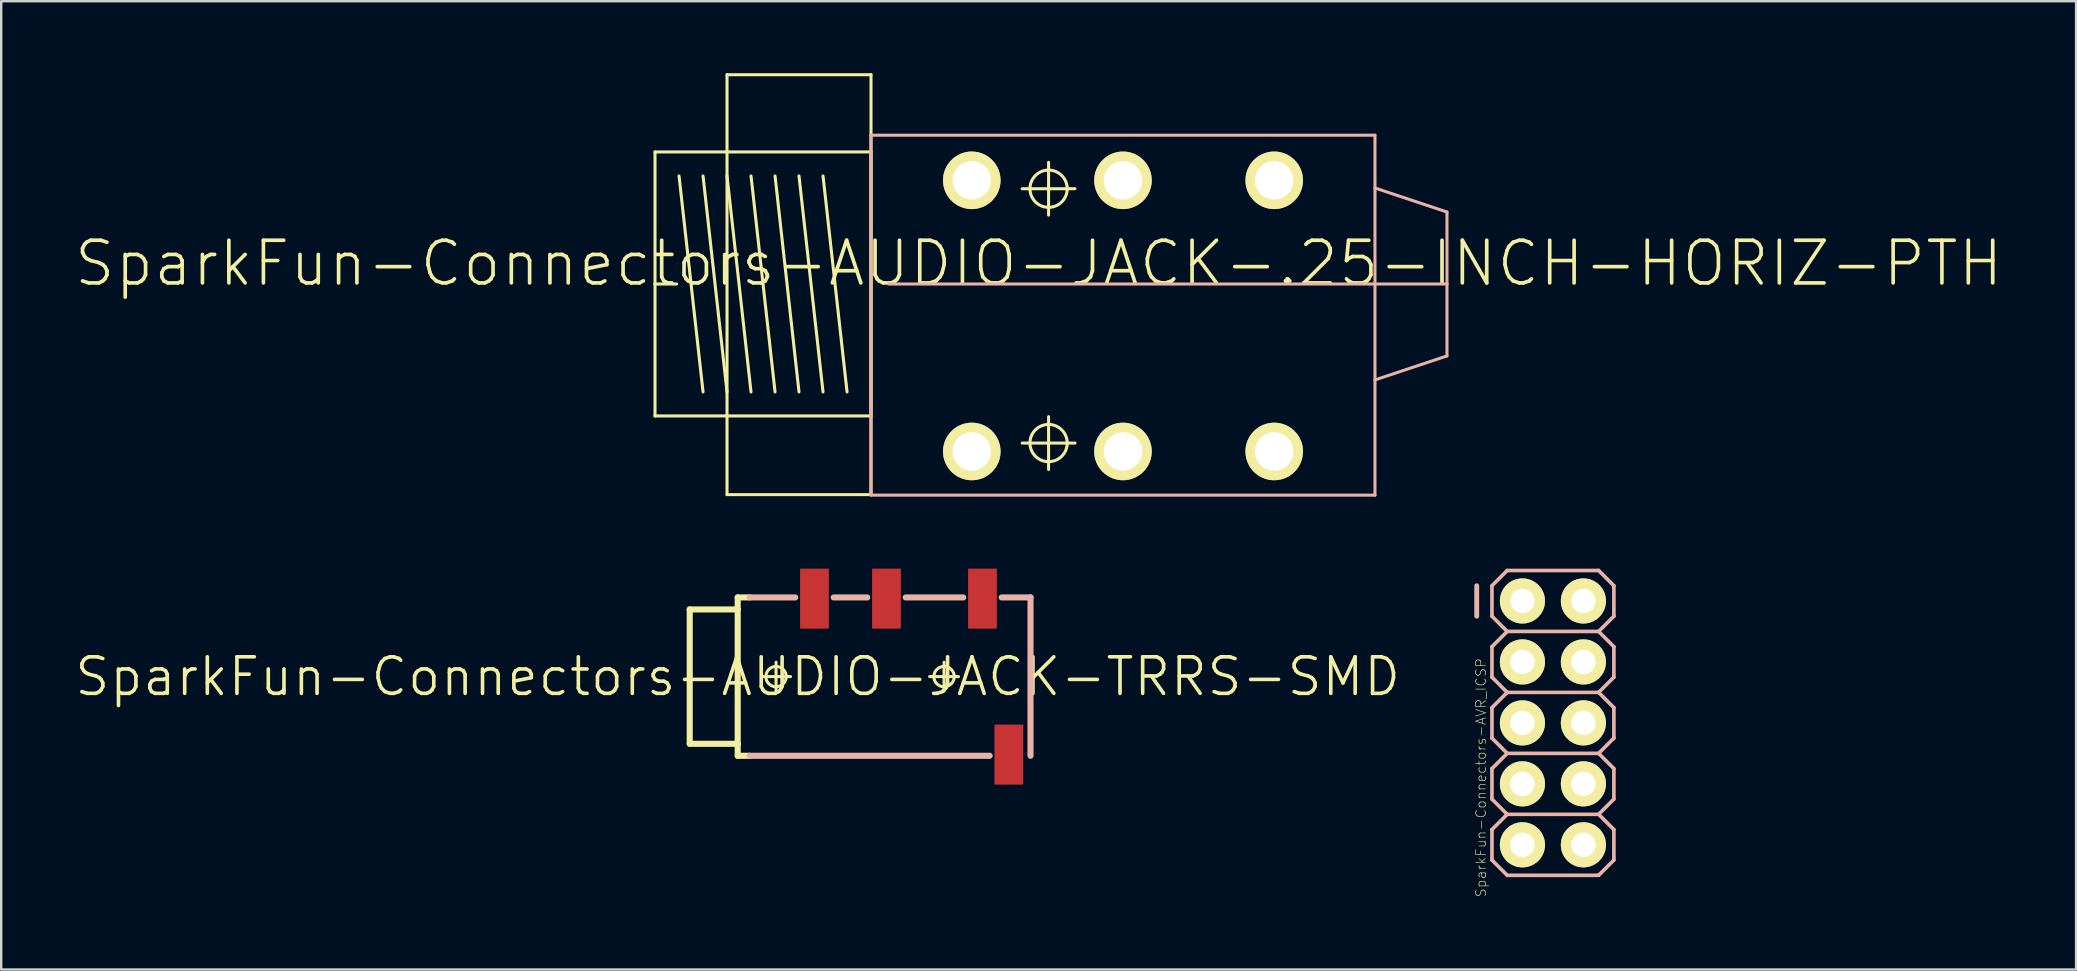
<source format=kicad_pcb>
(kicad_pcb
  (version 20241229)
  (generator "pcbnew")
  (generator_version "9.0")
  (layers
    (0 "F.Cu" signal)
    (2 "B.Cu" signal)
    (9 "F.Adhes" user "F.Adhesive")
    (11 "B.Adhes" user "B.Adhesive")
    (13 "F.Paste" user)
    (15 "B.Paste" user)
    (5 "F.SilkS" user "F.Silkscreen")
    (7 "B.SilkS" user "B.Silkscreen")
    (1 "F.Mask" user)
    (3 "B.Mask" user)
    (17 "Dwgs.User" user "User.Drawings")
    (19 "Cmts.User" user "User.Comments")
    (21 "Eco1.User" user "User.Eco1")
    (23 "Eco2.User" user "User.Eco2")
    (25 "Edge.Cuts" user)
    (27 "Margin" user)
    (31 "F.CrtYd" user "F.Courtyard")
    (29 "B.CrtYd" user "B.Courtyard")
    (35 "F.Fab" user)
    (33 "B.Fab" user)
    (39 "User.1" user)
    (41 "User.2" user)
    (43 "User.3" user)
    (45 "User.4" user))
  (footprint "SparkFun-Connectors-AUDIO-JACK-TRRS-SMD"
    (layer "F.Cu")
    (at 27.686 25.141)
    (property "Reference" "SparkFun-Connectors-AUDIO-JACK-TRRS-SMD" (at 0 0 0) (layer "F.SilkS") (effects (font (size 1.524 1.524) (thickness 0.15))))
    (attr smd)
    (fp_line (start -1.999 -2.799) (end -1.999 2.799) (stroke (width 0.254) (type solid)) (layer "F.SilkS"))
    (fp_line (start -1.999 2.799) (end 0 2.799) (stroke (width 0.254) (type solid)) (layer "F.SilkS"))
    (fp_line (start 0 -3.299) (end 0 -2.799) (stroke (width 0.254) (type solid)) (layer "F.SilkS"))
    (fp_line (start 0 -2.799) (end -1.999 -2.799) (stroke (width 0.254) (type solid)) (layer "F.SilkS"))
    (fp_line (start 0 -2.799) (end 0 2.799) (stroke (width 0.254) (type solid)) (layer "F.SilkS"))
    (fp_line (start 0 2.799) (end 0 3.299) (stroke (width 0.254) (type solid)) (layer "F.SilkS"))
    (fp_line (start 0 3.299) (end 0.498 3.299) (stroke (width 0.254) (type solid)) (layer "F.SilkS"))
    (fp_line (start 0.498 -3.299) (end 0 -3.299) (stroke (width 0.254) (type solid)) (layer "F.SilkS"))
    (fp_line (start 0.998 0) (end 2.2 0) (stroke (width 0.127) (type solid)) (layer "F.SilkS"))
    (fp_line (start 1.598 0.599) (end 1.598 -0.599) (stroke (width 0.127) (type solid)) (layer "F.SilkS"))
    (fp_line (start 7.998 0) (end 9.2 0) (stroke (width 0.127) (type solid)) (layer "F.SilkS"))
    (fp_line (start 8.598 0.599) (end 8.598 -0.599) (stroke (width 0.127) (type solid)) (layer "F.SilkS"))
    (fp_circle (center 1.598 0) (end 1.897 0.3) (stroke (width 0.127) (type solid)) (fill no) (layer "F.SilkS"))
    (fp_circle (center 8.598 0) (end 8.898 0.3) (stroke (width 0.127) (type solid)) (fill no) (layer "F.SilkS"))
    (fp_line (start 0.498 -3.299) (end 2.398 -3.299) (stroke (width 0.254) (type solid)) (layer "B.SilkS"))
    (fp_line (start 0.498 3.299) (end 10.498 3.299) (stroke (width 0.254) (type solid)) (layer "B.SilkS"))
    (fp_line (start 3.998 -3.299) (end 5.397 -3.299) (stroke (width 0.254) (type solid)) (layer "B.SilkS"))
    (fp_line (start 6.998 -3.299) (end 9.398 -3.299) (stroke (width 0.254) (type solid)) (layer "B.SilkS"))
    (fp_line (start 12.2 -3.299) (end 10.998 -3.299) (stroke (width 0.254) (type solid)) (layer "B.SilkS"))
    (fp_line (start 12.2 -3.299) (end 12.2 3.299) (stroke (width 0.254) (type solid)) (layer "B.SilkS"))
    (pad "EART" smd rect (at 11.298 3.249) (size 1.199 2.499) (layers "F.Cu" "F.Mask" "F.Paste"))
    (pad "RING" smd rect (at 3.198 -3.249 180) (size 1.199 2.499) (layers "F.Cu" "F.Mask" "F.Paste"))
    (pad "RING" smd rect (at 6.198 -3.249) (size 1.199 2.499) (layers "F.Cu" "F.Mask" "F.Paste"))
    (pad "TIP" smd rect (at 10.198 -3.249) (size 1.199 2.499) (layers "F.Cu" "F.Mask" "F.Paste")))
  (footprint "SparkFun-Connectors-AUDIO-JACK-.25-INCH-HORIZ-PTH"
    (layer "F.Cu")
    (at 33.24 8.811)
    (property "Reference" "SparkFun-Connectors-AUDIO-JACK-.25-INCH-HORIZ-PTH" (at 6.985 -0.889 0) (layer "F.SilkS") (effects (font (size 1.778 1.778) (thickness 0.152))))
    (attr exclude_from_pos_files exclude_from_bom)
    (fp_line (start -8.999 -5.53) (end 0 -5.53) (stroke (width 0.127) (type solid)) (layer "F.SilkS"))
    (fp_line (start -8.999 -0.028) (end -8.999 -5.53) (stroke (width 0.127) (type solid)) (layer "F.SilkS"))
    (fp_line (start -8.999 -0.028) (end -8.098 -0.028) (stroke (width 0.127) (type solid)) (layer "F.SilkS"))
    (fp_line (start -8.999 5.469) (end -8.999 -0.028) (stroke (width 0.127) (type solid)) (layer "F.SilkS"))
    (fp_line (start -7.998 -4.529) (end -6.998 4.468) (stroke (width 0.127) (type solid)) (layer "F.SilkS"))
    (fp_line (start -6.998 -4.529) (end -5.999 4.468) (stroke (width 0.127) (type solid)) (layer "F.SilkS"))
    (fp_line (start -5.999 -8.748) (end -5.999 8.748) (stroke (width 0.127) (type solid)) (layer "F.SilkS"))
    (fp_line (start -5.999 -8.748) (end 0 -8.748) (stroke (width 0.127) (type solid)) (layer "F.SilkS"))
    (fp_line (start -5.999 -4.529) (end -4.999 4.468) (stroke (width 0.127) (type solid)) (layer "F.SilkS"))
    (fp_line (start -5.999 8.748) (end 0 8.748) (stroke (width 0.127) (type solid)) (layer "F.SilkS"))
    (fp_line (start -4.999 -4.529) (end -3.998 4.468) (stroke (width 0.127) (type solid)) (layer "F.SilkS"))
    (fp_line (start -3.998 -4.529) (end -3 4.468) (stroke (width 0.127) (type solid)) (layer "F.SilkS"))
    (fp_line (start -3 -4.529) (end -1.999 4.468) (stroke (width 0.127) (type solid)) (layer "F.SilkS"))
    (fp_line (start -1.999 -4.529) (end -0.998 4.468) (stroke (width 0.127) (type solid)) (layer "F.SilkS"))
    (fp_line (start 0 -8.748) (end 0 8.748) (stroke (width 0.127) (type solid)) (layer "F.SilkS"))
    (fp_line (start 0 -5.53) (end 0 5.469) (stroke (width 0.127) (type solid)) (layer "F.SilkS"))
    (fp_line (start 0 5.469) (end -8.999 5.469) (stroke (width 0.127) (type solid)) (layer "F.SilkS"))
    (fp_line (start 6.299 -3.998) (end 8.499 -3.998) (stroke (width 0.127) (type solid)) (layer "F.SilkS"))
    (fp_line (start 6.299 6.599) (end 8.499 6.599) (stroke (width 0.127) (type solid)) (layer "F.SilkS"))
    (fp_line (start 7.399 -2.898) (end 7.399 -5.098) (stroke (width 0.127) (type solid)) (layer "F.SilkS"))
    (fp_line (start 7.399 7.699) (end 7.399 5.499) (stroke (width 0.127) (type solid)) (layer "F.SilkS"))
    (fp_circle (center 7.399 -3.998) (end 7.948 -4.547) (stroke (width 0.127) (type solid)) (fill no) (layer "F.SilkS"))
    (fp_circle (center 7.399 6.599) (end 7.948 7.148) (stroke (width 0.127) (type solid)) (fill no) (layer "F.SilkS"))
    (fp_line (start 0 -6.228) (end 0 8.768) (stroke (width 0.127) (type solid)) (layer "B.SilkS"))
    (fp_line (start 0 8.768) (end 20.998 8.768) (stroke (width 0.127) (type solid)) (layer "B.SilkS"))
    (fp_line (start 0.729 -0.028) (end 23.998 -0.028) (stroke (width 0.127) (type solid)) (layer "B.SilkS"))
    (fp_line (start 20.998 -6.228) (end 0 -6.228) (stroke (width 0.127) (type solid)) (layer "B.SilkS"))
    (fp_line (start 20.998 -4.028) (end 20.998 -6.228) (stroke (width 0.127) (type solid)) (layer "B.SilkS"))
    (fp_line (start 20.998 3.967) (end 20.998 -4.028) (stroke (width 0.127) (type solid)) (layer "B.SilkS"))
    (fp_line (start 20.998 8.768) (end 20.998 3.967) (stroke (width 0.127) (type solid)) (layer "B.SilkS"))
    (fp_line (start 23.998 -3.028) (end 20.998 -4.028) (stroke (width 0.127) (type solid)) (layer "B.SilkS"))
    (fp_line (start 23.998 -0.028) (end 23.998 -3.028) (stroke (width 0.127) (type solid)) (layer "B.SilkS"))
    (fp_line (start 23.998 -0.028) (end 23.998 2.969) (stroke (width 0.127) (type solid)) (layer "B.SilkS"))
    (fp_line (start 23.998 2.969) (end 20.998 3.967) (stroke (width 0.127) (type solid)) (layer "B.SilkS"))
    (pad "RING" thru_hole circle (at 10.498 -4.348) (size 2.398 2.398) (drill 1.598) (layers "*.Cu" "F.Mask" "F.SilkS" "F.Paste"))
    (pad "RING" thru_hole circle (at 10.498 6.949) (size 2.398 2.398) (drill 1.598) (layers "*.Cu" "F.Mask" "F.SilkS" "F.Paste"))
    (pad "SLEE" thru_hole circle (at 4.199 -4.348) (size 2.398 2.398) (drill 1.598) (layers "*.Cu" "F.Mask" "F.SilkS" "F.Paste"))
    (pad "SLEE" thru_hole circle (at 4.199 6.949) (size 2.398 2.398) (drill 1.598) (layers "*.Cu" "F.Mask" "F.SilkS" "F.Paste"))
    (pad "TIP" thru_hole circle (at 16.8 6.949) (size 2.398 2.398) (drill 1.598) (layers "*.Cu" "F.Mask" "F.SilkS" "F.Paste"))
    (pad "TIP-" thru_hole circle (at 16.8 -4.348) (size 2.398 2.398) (drill 1.598) (layers "*.Cu" "F.Mask" "F.SilkS" "F.Paste")))
  (footprint "SparkFun-Connectors-AVR_ICSP"
    (layer "F.Cu")
    (at 61.652 27.069)
    (property "Reference" "SparkFun-Connectors-AVR_ICSP" (at -2.997 2.286 90) (layer "F.SilkS") (effects (font (size 0.406 0.406) (thickness 0.025))))
    (attr exclude_from_pos_files exclude_from_bom)
    (fp_line (start -1.524 -5.334) (end -1.016 -5.334) (stroke (width 0.066) (type solid)) (layer "F.SilkS"))
    (fp_line (start -1.524 -4.826) (end -1.524 -5.334) (stroke (width 0.066) (type solid)) (layer "F.SilkS"))
    (fp_line (start -1.524 -4.826) (end -1.016 -4.826) (stroke (width 0.066) (type solid)) (layer "F.SilkS"))
    (fp_line (start -1.524 -2.794) (end -1.016 -2.794) (stroke (width 0.066) (type solid)) (layer "F.SilkS"))
    (fp_line (start -1.524 -2.286) (end -1.524 -2.794) (stroke (width 0.066) (type solid)) (layer "F.SilkS"))
    (fp_line (start -1.524 -2.286) (end -1.016 -2.286) (stroke (width 0.066) (type solid)) (layer "F.SilkS"))
    (fp_line (start -1.524 2.286) (end -1.016 2.286) (stroke (width 0.066) (type solid)) (layer "F.SilkS"))
    (fp_line (start -1.524 2.794) (end -1.524 2.286) (stroke (width 0.066) (type solid)) (layer "F.SilkS"))
    (fp_line (start -1.524 2.794) (end -1.016 2.794) (stroke (width 0.066) (type solid)) (layer "F.SilkS"))
    (fp_line (start -1.524 4.826) (end -1.016 4.826) (stroke (width 0.066) (type solid)) (layer "F.SilkS"))
    (fp_line (start -1.524 5.334) (end -1.524 4.826) (stroke (width 0.066) (type solid)) (layer "F.SilkS"))
    (fp_line (start -1.524 5.334) (end -1.016 5.334) (stroke (width 0.066) (type solid)) (layer "F.SilkS"))
    (fp_line (start -1.016 -4.826) (end -1.016 -5.334) (stroke (width 0.066) (type solid)) (layer "F.SilkS"))
    (fp_line (start -1.016 -2.286) (end -1.016 -2.794) (stroke (width 0.066) (type solid)) (layer "F.SilkS"))
    (fp_line (start -1.016 2.794) (end -1.016 2.286) (stroke (width 0.066) (type solid)) (layer "F.SilkS"))
    (fp_line (start -1.016 5.334) (end -1.016 4.826) (stroke (width 0.066) (type solid)) (layer "F.SilkS"))
    (fp_line (start 1.016 -5.334) (end 1.524 -5.334) (stroke (width 0.066) (type solid)) (layer "F.SilkS"))
    (fp_line (start 1.016 -4.826) (end 1.016 -5.334) (stroke (width 0.066) (type solid)) (layer "F.SilkS"))
    (fp_line (start 1.016 -4.826) (end 1.524 -4.826) (stroke (width 0.066) (type solid)) (layer "F.SilkS"))
    (fp_line (start 1.016 -2.794) (end 1.524 -2.794) (stroke (width 0.066) (type solid)) (layer "F.SilkS"))
    (fp_line (start 1.016 -2.286) (end 1.016 -2.794) (stroke (width 0.066) (type solid)) (layer "F.SilkS"))
    (fp_line (start 1.016 -2.286) (end 1.524 -2.286) (stroke (width 0.066) (type solid)) (layer "F.SilkS"))
    (fp_line (start 1.016 -0.254) (end 1.524 -0.254) (stroke (width 0.066) (type solid)) (layer "F.SilkS"))
    (fp_line (start 1.016 0.254) (end 1.016 -0.254) (stroke (width 0.066) (type solid)) (layer "F.SilkS"))
    (fp_line (start 1.016 0.254) (end 1.524 0.254) (stroke (width 0.066) (type solid)) (layer "F.SilkS"))
    (fp_line (start 1.016 2.286) (end 1.524 2.286) (stroke (width 0.066) (type solid)) (layer "F.SilkS"))
    (fp_line (start 1.016 2.794) (end 1.016 2.286) (stroke (width 0.066) (type solid)) (layer "F.SilkS"))
    (fp_line (start 1.016 2.794) (end 1.524 2.794) (stroke (width 0.066) (type solid)) (layer "F.SilkS"))
    (fp_line (start 1.016 4.826) (end 1.524 4.826) (stroke (width 0.066) (type solid)) (layer "F.SilkS"))
    (fp_line (start 1.016 5.334) (end 1.016 4.826) (stroke (width 0.066) (type solid)) (layer "F.SilkS"))
    (fp_line (start 1.016 5.334) (end 1.524 5.334) (stroke (width 0.066) (type solid)) (layer "F.SilkS"))
    (fp_line (start 1.524 -4.826) (end 1.524 -5.334) (stroke (width 0.066) (type solid)) (layer "F.SilkS"))
    (fp_line (start 1.524 -2.286) (end 1.524 -2.794) (stroke (width 0.066) (type solid)) (layer "F.SilkS"))
    (fp_line (start 1.524 0.254) (end 1.524 -0.254) (stroke (width 0.066) (type solid)) (layer "F.SilkS"))
    (fp_line (start 1.524 2.794) (end 1.524 2.286) (stroke (width 0.066) (type solid)) (layer "F.SilkS"))
    (fp_line (start 1.524 5.334) (end 1.524 4.826) (stroke (width 0.066) (type solid)) (layer "F.SilkS"))
    (fp_line (start -3.175 -5.715) (end -3.175 -4.445) (stroke (width 0.203) (type solid)) (layer "B.SilkS"))
    (fp_line (start -2.54 -5.715) (end -2.54 -4.445) (stroke (width 0.152) (type solid)) (layer "B.SilkS"))
    (fp_line (start -2.54 -4.445) (end -1.905 -3.81) (stroke (width 0.152) (type solid)) (layer "B.SilkS"))
    (fp_line (start -2.54 -3.175) (end -2.54 -1.905) (stroke (width 0.152) (type solid)) (layer "B.SilkS"))
    (fp_line (start -2.54 -1.905) (end -1.905 -1.27) (stroke (width 0.152) (type solid)) (layer "B.SilkS"))
    (fp_line (start -2.54 -0.635) (end -2.54 0.635) (stroke (width 0.152) (type solid)) (layer "B.SilkS"))
    (fp_line (start -2.54 0.635) (end -1.905 1.27) (stroke (width 0.152) (type solid)) (layer "B.SilkS"))
    (fp_line (start -2.54 1.905) (end -2.54 3.175) (stroke (width 0.152) (type solid)) (layer "B.SilkS"))
    (fp_line (start -2.54 3.175) (end -1.905 3.81) (stroke (width 0.152) (type solid)) (layer "B.SilkS"))
    (fp_line (start -2.54 4.445) (end -2.54 5.715) (stroke (width 0.152) (type solid)) (layer "B.SilkS"))
    (fp_line (start -2.54 5.715) (end -1.905 6.35) (stroke (width 0.152) (type solid)) (layer "B.SilkS"))
    (fp_line (start -1.905 -6.35) (end -2.54 -5.715) (stroke (width 0.152) (type solid)) (layer "B.SilkS"))
    (fp_line (start -1.905 -6.35) (end 1.905 -6.35) (stroke (width 0.152) (type solid)) (layer "B.SilkS"))
    (fp_line (start -1.905 -3.81) (end -2.54 -3.175) (stroke (width 0.152) (type solid)) (layer "B.SilkS"))
    (fp_line (start -1.905 -1.27) (end -2.54 -0.635) (stroke (width 0.152) (type solid)) (layer "B.SilkS"))
    (fp_line (start -1.905 1.27) (end -2.54 1.905) (stroke (width 0.152) (type solid)) (layer "B.SilkS"))
    (fp_line (start -1.905 3.81) (end -2.54 4.445) (stroke (width 0.152) (type solid)) (layer "B.SilkS"))
    (fp_line (start -1.524 -0.254) (end -1.016 -0.254) (stroke (width 0.066) (type solid)) (layer "B.SilkS"))
    (fp_line (start -1.524 0.254) (end -1.524 -0.254) (stroke (width 0.066) (type solid)) (layer "B.SilkS"))
    (fp_line (start -1.524 0.254) (end -1.016 0.254) (stroke (width 0.066) (type solid)) (layer "B.SilkS"))
    (fp_line (start -1.016 0.254) (end -1.016 -0.254) (stroke (width 0.066) (type solid)) (layer "B.SilkS"))
    (fp_line (start 1.905 -6.35) (end 2.54 -5.715) (stroke (width 0.152) (type solid)) (layer "B.SilkS"))
    (fp_line (start 1.905 -3.81) (end -1.905 -3.81) (stroke (width 0.152) (type solid)) (layer "B.SilkS"))
    (fp_line (start 1.905 -3.81) (end 2.54 -3.175) (stroke (width 0.152) (type solid)) (layer "B.SilkS"))
    (fp_line (start 1.905 -1.27) (end -1.905 -1.27) (stroke (width 0.152) (type solid)) (layer "B.SilkS"))
    (fp_line (start 1.905 -1.27) (end 2.54 -0.635) (stroke (width 0.152) (type solid)) (layer "B.SilkS"))
    (fp_line (start 1.905 1.27) (end -1.905 1.27) (stroke (width 0.152) (type solid)) (layer "B.SilkS"))
    (fp_line (start 1.905 1.27) (end 2.54 1.905) (stroke (width 0.152) (type solid)) (layer "B.SilkS"))
    (fp_line (start 1.905 3.81) (end -1.905 3.81) (stroke (width 0.152) (type solid)) (layer "B.SilkS"))
    (fp_line (start 1.905 3.81) (end 2.54 4.445) (stroke (width 0.152) (type solid)) (layer "B.SilkS"))
    (fp_line (start 1.905 6.35) (end -1.905 6.35) (stroke (width 0.152) (type solid)) (layer "B.SilkS"))
    (fp_line (start 2.54 -5.715) (end 2.54 -4.445) (stroke (width 0.152) (type solid)) (layer "B.SilkS"))
    (fp_line (start 2.54 -4.445) (end 1.905 -3.81) (stroke (width 0.152) (type solid)) (layer "B.SilkS"))
    (fp_line (start 2.54 -3.175) (end 2.54 -1.905) (stroke (width 0.152) (type solid)) (layer "B.SilkS"))
    (fp_line (start 2.54 -1.905) (end 1.905 -1.27) (stroke (width 0.152) (type solid)) (layer "B.SilkS"))
    (fp_line (start 2.54 -0.635) (end 2.54 0.635) (stroke (width 0.152) (type solid)) (layer "B.SilkS"))
    (fp_line (start 2.54 0.635) (end 1.905 1.27) (stroke (width 0.152) (type solid)) (layer "B.SilkS"))
    (fp_line (start 2.54 1.905) (end 2.54 3.175) (stroke (width 0.152) (type solid)) (layer "B.SilkS"))
    (fp_line (start 2.54 3.175) (end 1.905 3.81) (stroke (width 0.152) (type solid)) (layer "B.SilkS"))
    (fp_line (start 2.54 4.445) (end 2.54 5.715) (stroke (width 0.152) (type solid)) (layer "B.SilkS"))
    (fp_line (start 2.54 5.715) (end 1.905 6.35) (stroke (width 0.152) (type solid)) (layer "B.SilkS"))
    (pad "1" thru_hole circle (at -1.27 -5.08) (size 1.88 1.88) (drill 1.016) (layers "*.Cu" "F.Mask" "F.SilkS" "F.Paste"))
    (pad "2" thru_hole circle (at 1.27 -5.08) (size 1.88 1.88) (drill 1.016) (layers "*.Cu" "F.Mask" "F.SilkS" "F.Paste"))
    (pad "3" thru_hole circle (at -1.27 -2.54) (size 1.88 1.88) (drill 1.016) (layers "*.Cu" "F.Mask" "F.SilkS" "F.Paste"))
    (pad "4" thru_hole circle (at 1.27 -2.54) (size 1.88 1.88) (drill 1.016) (layers "*.Cu" "F.Mask" "F.SilkS" "F.Paste"))
    (pad "5" thru_hole circle (at -1.27 0) (size 1.88 1.88) (drill 1.016) (layers "*.Cu" "F.Mask" "F.SilkS" "F.Paste"))
    (pad "6" thru_hole circle (at 1.27 0) (size 1.88 1.88) (drill 1.016) (layers "*.Cu" "F.Mask" "F.SilkS" "F.Paste"))
    (pad "7" thru_hole circle (at -1.27 2.54) (size 1.88 1.88) (drill 1.016) (layers "*.Cu" "F.Mask" "F.SilkS" "F.Paste"))
    (pad "8" thru_hole circle (at 1.27 2.54) (size 1.88 1.88) (drill 1.016) (layers "*.Cu" "F.Mask" "F.SilkS" "F.Paste"))
    (pad "9" thru_hole circle (at -1.27 5.08) (size 1.88 1.88) (drill 1.016) (layers "*.Cu" "F.Mask" "F.SilkS" "F.Paste"))
    (pad "10" thru_hole circle (at 1.27 5.08) (size 1.88 1.88) (drill 1.016) (layers "*.Cu" "F.Mask" "F.SilkS" "F.Paste")))
  (gr_rect
    (start -3 -3)
    (end 83.45 37.345)
    (stroke (width 0.1) (type default))
    (fill no)
    (layer "Edge.Cuts")))
</source>
